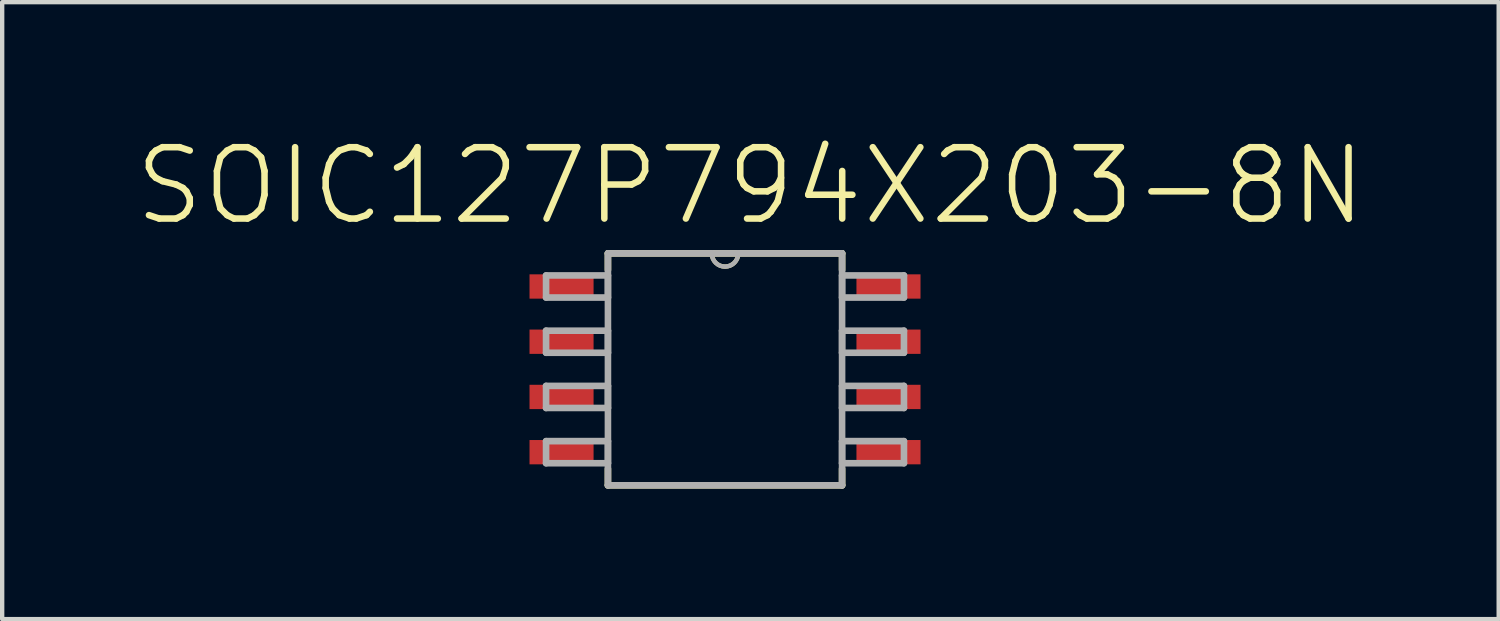
<source format=kicad_pcb>
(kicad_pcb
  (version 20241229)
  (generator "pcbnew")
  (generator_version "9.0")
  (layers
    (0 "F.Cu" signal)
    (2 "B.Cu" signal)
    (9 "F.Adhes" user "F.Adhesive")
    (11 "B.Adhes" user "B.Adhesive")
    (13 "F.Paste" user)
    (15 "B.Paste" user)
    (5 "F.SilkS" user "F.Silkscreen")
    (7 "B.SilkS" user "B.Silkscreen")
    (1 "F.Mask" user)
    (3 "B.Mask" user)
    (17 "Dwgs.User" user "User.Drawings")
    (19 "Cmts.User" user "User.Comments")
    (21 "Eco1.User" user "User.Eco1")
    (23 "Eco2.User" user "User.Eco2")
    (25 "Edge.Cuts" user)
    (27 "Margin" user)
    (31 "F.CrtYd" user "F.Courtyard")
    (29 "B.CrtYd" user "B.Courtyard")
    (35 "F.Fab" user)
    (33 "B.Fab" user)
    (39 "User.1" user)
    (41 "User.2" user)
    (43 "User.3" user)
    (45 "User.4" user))
  (footprint "SOIC127P794X203-8N"
    (layer "F.Cu")
    (at 13.622 5.443)
    (property "Reference" "SOIC127P794X203-8N" (at 0.585 -4.219 0) (layer "F.SilkS") (effects (font (size 1.641 1.641) (thickness 0.15))))
    (attr smd)
    (fp_line (start -2.692 -2.667) (end -2.692 -2.286) (stroke (width 0.152) (type solid)) (layer "F.SilkS"))
    (fp_line (start -2.692 2.286) (end -2.692 2.667) (stroke (width 0.152) (type solid)) (layer "F.SilkS"))
    (fp_line (start -2.692 2.667) (end 2.692 2.667) (stroke (width 0.152) (type solid)) (layer "F.SilkS"))
    (fp_line (start -0.305 -2.667) (end -2.692 -2.667) (stroke (width 0.152) (type solid)) (layer "F.SilkS"))
    (fp_line (start 0.305 -2.667) (end -0.305 -2.667) (stroke (width 0.152) (type solid)) (layer "F.SilkS"))
    (fp_line (start 2.692 -2.667) (end 0.305 -2.667) (stroke (width 0.152) (type solid)) (layer "F.SilkS"))
    (fp_line (start 2.692 -2.286) (end 2.692 -2.667) (stroke (width 0.152) (type solid)) (layer "F.SilkS"))
    (fp_line (start 2.692 2.667) (end 2.692 2.286) (stroke (width 0.152) (type solid)) (layer "F.SilkS"))
    (fp_arc (start 0.3048 -2.667) (mid 0 -2.3622) (end -0.3048 -2.667) (stroke (width 0.1) (type solid)) (layer "F.SilkS"))
    (fp_line (start -4.115 -2.159) (end -4.115 -1.651) (stroke (width 0.152) (type solid)) (layer "F.Fab"))
    (fp_line (start -4.115 -1.651) (end -2.692 -1.651) (stroke (width 0.152) (type solid)) (layer "F.Fab"))
    (fp_line (start -4.115 -0.889) (end -4.115 -0.381) (stroke (width 0.152) (type solid)) (layer "F.Fab"))
    (fp_line (start -4.115 -0.381) (end -2.692 -0.381) (stroke (width 0.152) (type solid)) (layer "F.Fab"))
    (fp_line (start -4.115 0.381) (end -4.115 0.889) (stroke (width 0.152) (type solid)) (layer "F.Fab"))
    (fp_line (start -4.115 0.889) (end -2.692 0.889) (stroke (width 0.152) (type solid)) (layer "F.Fab"))
    (fp_line (start -4.115 1.651) (end -4.115 2.159) (stroke (width 0.152) (type solid)) (layer "F.Fab"))
    (fp_line (start -4.115 2.159) (end -2.692 2.159) (stroke (width 0.152) (type solid)) (layer "F.Fab"))
    (fp_line (start -2.692 -2.667) (end -2.692 2.667) (stroke (width 0.152) (type solid)) (layer "F.Fab"))
    (fp_line (start -2.692 -2.159) (end -4.115 -2.159) (stroke (width 0.152) (type solid)) (layer "F.Fab"))
    (fp_line (start -2.692 -1.651) (end -2.692 -2.159) (stroke (width 0.152) (type solid)) (layer "F.Fab"))
    (fp_line (start -2.692 -0.889) (end -4.115 -0.889) (stroke (width 0.152) (type solid)) (layer "F.Fab"))
    (fp_line (start -2.692 -0.381) (end -2.692 -0.889) (stroke (width 0.152) (type solid)) (layer "F.Fab"))
    (fp_line (start -2.692 0.381) (end -4.115 0.381) (stroke (width 0.152) (type solid)) (layer "F.Fab"))
    (fp_line (start -2.692 0.889) (end -2.692 0.381) (stroke (width 0.152) (type solid)) (layer "F.Fab"))
    (fp_line (start -2.692 1.651) (end -4.115 1.651) (stroke (width 0.152) (type solid)) (layer "F.Fab"))
    (fp_line (start -2.692 2.159) (end -2.692 1.651) (stroke (width 0.152) (type solid)) (layer "F.Fab"))
    (fp_line (start -2.692 2.667) (end 2.692 2.667) (stroke (width 0.152) (type solid)) (layer "F.Fab"))
    (fp_line (start -0.305 -2.667) (end -2.692 -2.667) (stroke (width 0.152) (type solid)) (layer "F.Fab"))
    (fp_line (start 0.305 -2.667) (end -0.305 -2.667) (stroke (width 0.152) (type solid)) (layer "F.Fab"))
    (fp_line (start 2.692 -2.667) (end 0.305 -2.667) (stroke (width 0.152) (type solid)) (layer "F.Fab"))
    (fp_line (start 2.692 -2.159) (end 2.692 -1.651) (stroke (width 0.152) (type solid)) (layer "F.Fab"))
    (fp_line (start 2.692 -1.651) (end 4.115 -1.651) (stroke (width 0.152) (type solid)) (layer "F.Fab"))
    (fp_line (start 2.692 -0.889) (end 2.692 -0.381) (stroke (width 0.152) (type solid)) (layer "F.Fab"))
    (fp_line (start 2.692 -0.381) (end 4.115 -0.381) (stroke (width 0.152) (type solid)) (layer "F.Fab"))
    (fp_line (start 2.692 0.381) (end 2.692 0.889) (stroke (width 0.152) (type solid)) (layer "F.Fab"))
    (fp_line (start 2.692 0.889) (end 4.115 0.889) (stroke (width 0.152) (type solid)) (layer "F.Fab"))
    (fp_line (start 2.692 1.651) (end 2.692 2.159) (stroke (width 0.152) (type solid)) (layer "F.Fab"))
    (fp_line (start 2.692 2.159) (end 4.115 2.159) (stroke (width 0.152) (type solid)) (layer "F.Fab"))
    (fp_line (start 2.692 2.667) (end 2.692 -2.667) (stroke (width 0.152) (type solid)) (layer "F.Fab"))
    (fp_line (start 4.115 -2.159) (end 2.692 -2.159) (stroke (width 0.152) (type solid)) (layer "F.Fab"))
    (fp_line (start 4.115 -1.651) (end 4.115 -2.159) (stroke (width 0.152) (type solid)) (layer "F.Fab"))
    (fp_line (start 4.115 -0.889) (end 2.692 -0.889) (stroke (width 0.152) (type solid)) (layer "F.Fab"))
    (fp_line (start 4.115 -0.381) (end 4.115 -0.889) (stroke (width 0.152) (type solid)) (layer "F.Fab"))
    (fp_line (start 4.115 0.381) (end 2.692 0.381) (stroke (width 0.152) (type solid)) (layer "F.Fab"))
    (fp_line (start 4.115 0.889) (end 4.115 0.381) (stroke (width 0.152) (type solid)) (layer "F.Fab"))
    (fp_line (start 4.115 1.651) (end 2.692 1.651) (stroke (width 0.152) (type solid)) (layer "F.Fab"))
    (fp_line (start 4.115 2.159) (end 4.115 1.651) (stroke (width 0.152) (type solid)) (layer "F.Fab"))
    (fp_arc (start 0.3048 -2.667) (mid 0 -2.3622) (end -0.3048 -2.667) (stroke (width 0.1) (type solid)) (layer "F.Fab"))
    (pad "1" smd rect (at -3.759 -1.905) (size 1.473 0.559) (layers "F.Cu" "F.Mask" "F.Paste"))
    (pad "2" smd rect (at -3.759 -0.635) (size 1.473 0.559) (layers "F.Cu" "F.Mask" "F.Paste"))
    (pad "3" smd rect (at -3.759 0.635) (size 1.473 0.559) (layers "F.Cu" "F.Mask" "F.Paste"))
    (pad "4" smd rect (at -3.759 1.905) (size 1.473 0.559) (layers "F.Cu" "F.Mask" "F.Paste"))
    (pad "5" smd rect (at 3.759 1.905) (size 1.473 0.559) (layers "F.Cu" "F.Mask" "F.Paste"))
    (pad "6" smd rect (at 3.759 0.635) (size 1.473 0.559) (layers "F.Cu" "F.Mask" "F.Paste"))
    (pad "7" smd rect (at 3.759 -0.635) (size 1.473 0.559) (layers "F.Cu" "F.Mask" "F.Paste"))
    (pad "8" smd rect (at 3.759 -1.905) (size 1.473 0.559) (layers "F.Cu" "F.Mask" "F.Paste")))
  (gr_rect
    (start -3 -3)
    (end 31.413 11.186)
    (stroke (width 0.1) (type default))
    (fill no)
    (layer "Edge.Cuts")))
</source>
